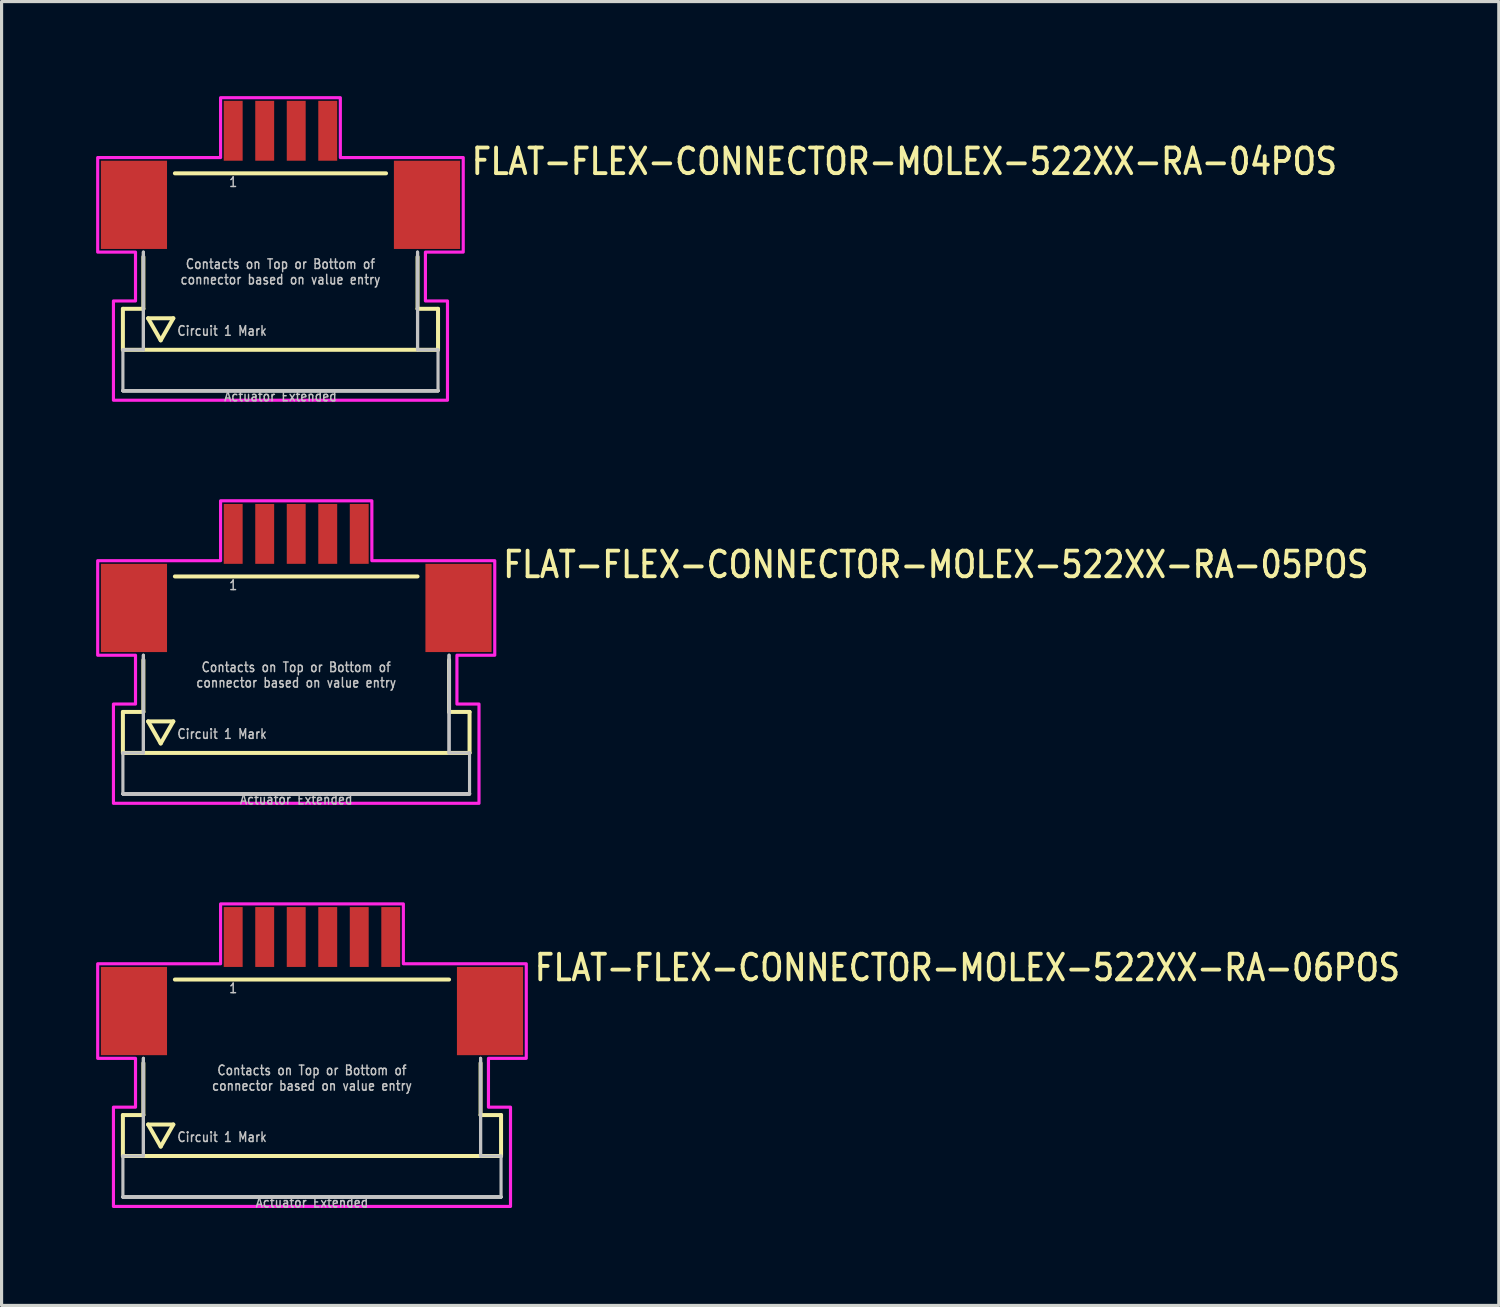
<source format=kicad_pcb>
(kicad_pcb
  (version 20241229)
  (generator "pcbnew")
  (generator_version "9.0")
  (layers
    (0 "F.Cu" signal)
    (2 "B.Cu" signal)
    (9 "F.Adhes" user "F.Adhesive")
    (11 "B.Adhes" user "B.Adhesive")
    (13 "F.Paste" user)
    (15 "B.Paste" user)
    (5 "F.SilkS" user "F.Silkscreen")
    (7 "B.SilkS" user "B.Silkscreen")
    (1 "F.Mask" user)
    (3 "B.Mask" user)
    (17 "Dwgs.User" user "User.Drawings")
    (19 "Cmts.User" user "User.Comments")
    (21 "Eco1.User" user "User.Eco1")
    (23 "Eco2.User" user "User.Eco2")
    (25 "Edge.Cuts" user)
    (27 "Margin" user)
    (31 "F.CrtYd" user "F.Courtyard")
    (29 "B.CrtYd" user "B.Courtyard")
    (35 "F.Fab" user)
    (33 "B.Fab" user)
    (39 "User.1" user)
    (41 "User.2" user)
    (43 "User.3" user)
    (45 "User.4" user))
  (footprint "FLAT-FLEX-CONNECTOR-MOLEX-522XX-RA-06POS"
    (layer "F.Cu")
    (at 6.85 27.634)
    (property "Reference" "FLAT-FLEX-CONNECTOR-MOLEX-522XX-RA-06POS" (at 7 0.5 0) (unlocked yes) (layer "F.SilkS") (effects (font (size 0.813 0.695) (thickness 0.122)) (justify left bottom)))
    (fp_line (start -6 4.7) (end -6 6) (stroke (width 0.127) (type solid)) (layer "F.SilkS"))
    (fp_line (start -6 6) (end 6 6) (stroke (width 0.127) (type solid)) (layer "F.SilkS"))
    (fp_line (start -5.35 3.05) (end -5.35 4.7) (stroke (width 0.127) (type solid)) (layer "F.SilkS"))
    (fp_line (start -5.35 4.7) (end -6 4.7) (stroke (width 0.127) (type solid)) (layer "F.SilkS"))
    (fp_line (start -5.2 5) (end -4.4 5) (stroke (width 0.127) (type solid)) (layer "F.SilkS"))
    (fp_line (start -4.8 5.7) (end -5.2 5) (stroke (width 0.127) (type solid)) (layer "F.SilkS"))
    (fp_line (start -4.4 5) (end -4.8 5.7) (stroke (width 0.127) (type solid)) (layer "F.SilkS"))
    (fp_line (start -4.35 0.4) (end 4.35 0.4) (stroke (width 0.127) (type solid)) (layer "F.SilkS"))
    (fp_line (start 5.35 3.05) (end 5.35 4.7) (stroke (width 0.127) (type solid)) (layer "F.SilkS"))
    (fp_line (start 6 4.7) (end 5.35 4.7) (stroke (width 0.127) (type solid)) (layer "F.SilkS"))
    (fp_line (start 6 6) (end 6 4.7) (stroke (width 0.127) (type solid)) (layer "F.SilkS"))
    (fp_line (start -6 6) (end -6 7.3) (stroke (width 0.1) (type solid)) (layer "Dwgs.User"))
    (fp_line (start -6 7.3) (end 6 7.3) (stroke (width 0.1) (type solid)) (layer "Dwgs.User"))
    (fp_line (start -6 7.3) (end 6 7.3) (stroke (width 0.1) (type solid)) (layer "Dwgs.User"))
    (fp_line (start -6 7.3) (end 6 7.3) (stroke (width 0.1) (type solid)) (layer "Dwgs.User"))
    (fp_line (start -6 7.3) (end 6 7.3) (stroke (width 0.1) (type solid)) (layer "Dwgs.User"))
    (fp_line (start -6 7.3) (end 6 7.3) (stroke (width 0.1) (type solid)) (layer "Dwgs.User"))
    (fp_line (start -6 7.3) (end 6 7.3) (stroke (width 0.1) (type solid)) (layer "Dwgs.User"))
    (fp_line (start -5.35 2.9) (end -5.35 6) (stroke (width 0.1) (type solid)) (layer "Dwgs.User"))
    (fp_line (start -5.35 2.9) (end -5.35 6) (stroke (width 0.1) (type solid)) (layer "Dwgs.User"))
    (fp_line (start -5.35 6) (end -6 6) (stroke (width 0.1) (type solid)) (layer "Dwgs.User"))
    (fp_line (start 5.35 2.9) (end 5.35 6) (stroke (width 0.1) (type solid)) (layer "Dwgs.User"))
    (fp_line (start 5.35 2.9) (end 5.35 6) (stroke (width 0.1) (type solid)) (layer "Dwgs.User"))
    (fp_line (start 6 6) (end 5.35 6) (stroke (width 0.1) (type solid)) (layer "Dwgs.User"))
    (fp_line (start 6 7.3) (end 6 6) (stroke (width 0.1) (type solid)) (layer "Dwgs.User"))
    (fp_poly (pts (xy -6.8 2.9) (xy -6.8 -0.1) (xy -2.9 -0.1) (xy -2.9 -2) (xy 2.9 -2) (xy 2.9 -0.1) (xy 6.8 -0.1) (xy 6.8 2.9) (xy 5.6 2.9) (xy 5.6 4.45) (xy 6.3 4.45) (xy 6.3 7.6) (xy -6.3 7.6) (xy -6.3 4.45) (xy -5.6 4.45) (xy -5.6 2.9)) (stroke (width 0.1) (type solid)) (fill no) (layer "F.CrtYd"))
    (fp_text user "Actuator Extended" (at 0 7.3 0) (unlocked yes) (layer "Dwgs.User") (effects (font (size 0.305 0.261) (thickness 0.046)) (justify top)))
    (fp_text user "1" (at -2.5 0.5 0) (unlocked yes) (layer "Dwgs.User") (effects (font (size 0.305 0.261) (thickness 0.046)) (justify top)))
    (fp_text user "Contacts on Top or Bottom of\nconnector based on value entry" (at 0 3.95 0) (unlocked yes) (layer "Dwgs.User") (effects (font (size 0.305 0.261) (thickness 0.046)) (justify bottom)))
    (fp_text user "Circuit 1 Mark" (at -4.3 5.4 0) (unlocked yes) (layer "Dwgs.User") (effects (font (size 0.305 0.261) (thickness 0.046)) (justify left)))
    (pad "1" smd rect (at -2.5 -0.95) (size 0.6 1.9) (layers "F.Cu" "F.Mask" "F.Paste"))
    (pad "2" smd rect (at -1.5 -0.95) (size 0.6 1.9) (layers "F.Cu" "F.Mask" "F.Paste"))
    (pad "3" smd rect (at -0.5 -0.95) (size 0.6 1.9) (layers "F.Cu" "F.Mask" "F.Paste"))
    (pad "4" smd rect (at 0.5 -0.95) (size 0.6 1.9) (layers "F.Cu" "F.Mask" "F.Paste"))
    (pad "5" smd rect (at 1.5 -0.95) (size 0.6 1.9) (layers "F.Cu" "F.Mask" "F.Paste"))
    (pad "6" smd rect (at 2.5 -0.95) (size 0.6 1.9) (layers "F.Cu" "F.Mask" "F.Paste"))
    (pad "M1" smd rect (at -5.65 1.4) (size 2.1 2.8) (layers "F.Cu" "F.Mask" "F.Paste"))
    (pad "M2" smd rect (at 5.65 1.4) (size 2.1 2.8) (layers "F.Cu" "F.Mask" "F.Paste")))
  (footprint "FLAT-FLEX-CONNECTOR-MOLEX-522XX-RA-05POS"
    (layer "F.Cu")
    (at 6.35 14.842)
    (property "Reference" "FLAT-FLEX-CONNECTOR-MOLEX-522XX-RA-05POS" (at 6.5 0.5 0) (unlocked yes) (layer "F.SilkS") (effects (font (size 0.813 0.695) (thickness 0.122)) (justify left bottom)))
    (fp_line (start -5.5 4.7) (end -5.5 6) (stroke (width 0.127) (type solid)) (layer "F.SilkS"))
    (fp_line (start -5.5 6) (end 5.5 6) (stroke (width 0.127) (type solid)) (layer "F.SilkS"))
    (fp_line (start -4.85 3.05) (end -4.85 4.7) (stroke (width 0.127) (type solid)) (layer "F.SilkS"))
    (fp_line (start -4.85 4.7) (end -5.5 4.7) (stroke (width 0.127) (type solid)) (layer "F.SilkS"))
    (fp_line (start -4.7 5) (end -3.9 5) (stroke (width 0.127) (type solid)) (layer "F.SilkS"))
    (fp_line (start -4.3 5.7) (end -4.7 5) (stroke (width 0.127) (type solid)) (layer "F.SilkS"))
    (fp_line (start -3.9 5) (end -4.3 5.7) (stroke (width 0.127) (type solid)) (layer "F.SilkS"))
    (fp_line (start -3.85 0.4) (end 3.85 0.4) (stroke (width 0.127) (type solid)) (layer "F.SilkS"))
    (fp_line (start 4.85 3.05) (end 4.85 4.7) (stroke (width 0.127) (type solid)) (layer "F.SilkS"))
    (fp_line (start 5.5 4.7) (end 4.85 4.7) (stroke (width 0.127) (type solid)) (layer "F.SilkS"))
    (fp_line (start 5.5 6) (end 5.5 4.7) (stroke (width 0.127) (type solid)) (layer "F.SilkS"))
    (fp_line (start -5.5 6) (end -5.5 7.3) (stroke (width 0.1) (type solid)) (layer "Dwgs.User"))
    (fp_line (start -5.5 7.3) (end 5.5 7.3) (stroke (width 0.1) (type solid)) (layer "Dwgs.User"))
    (fp_line (start -5.5 7.3) (end 5.5 7.3) (stroke (width 0.1) (type solid)) (layer "Dwgs.User"))
    (fp_line (start -5.5 7.3) (end 5.5 7.3) (stroke (width 0.1) (type solid)) (layer "Dwgs.User"))
    (fp_line (start -5.5 7.3) (end 5.5 7.3) (stroke (width 0.1) (type solid)) (layer "Dwgs.User"))
    (fp_line (start -5.5 7.3) (end 5.5 7.3) (stroke (width 0.1) (type solid)) (layer "Dwgs.User"))
    (fp_line (start -5.5 7.3) (end 5.5 7.3) (stroke (width 0.1) (type solid)) (layer "Dwgs.User"))
    (fp_line (start -4.85 2.9) (end -4.85 6) (stroke (width 0.1) (type solid)) (layer "Dwgs.User"))
    (fp_line (start -4.85 2.9) (end -4.85 6) (stroke (width 0.1) (type solid)) (layer "Dwgs.User"))
    (fp_line (start -4.85 6) (end -5.5 6) (stroke (width 0.1) (type solid)) (layer "Dwgs.User"))
    (fp_line (start 4.85 2.9) (end 4.85 6) (stroke (width 0.1) (type solid)) (layer "Dwgs.User"))
    (fp_line (start 4.85 2.9) (end 4.85 6) (stroke (width 0.1) (type solid)) (layer "Dwgs.User"))
    (fp_line (start 5.5 6) (end 4.85 6) (stroke (width 0.1) (type solid)) (layer "Dwgs.User"))
    (fp_line (start 5.5 7.3) (end 5.5 6) (stroke (width 0.1) (type solid)) (layer "Dwgs.User"))
    (fp_poly (pts (xy -6.3 2.9) (xy -6.3 -0.1) (xy -2.4 -0.1) (xy -2.4 -2) (xy 2.4 -2) (xy 2.4 -0.1) (xy 6.3 -0.1) (xy 6.3 2.9) (xy 5.1 2.9) (xy 5.1 4.45) (xy 5.8 4.45) (xy 5.8 7.6) (xy -5.8 7.6) (xy -5.8 4.45) (xy -5.1 4.45) (xy -5.1 2.9)) (stroke (width 0.1) (type solid)) (fill no) (layer "F.CrtYd"))
    (fp_text user "1" (at -2 0.5 0) (unlocked yes) (layer "Dwgs.User") (effects (font (size 0.305 0.261) (thickness 0.046)) (justify top)))
    (fp_text user "Contacts on Top or Bottom of\nconnector based on value entry" (at 0 3.95 0) (unlocked yes) (layer "Dwgs.User") (effects (font (size 0.305 0.261) (thickness 0.046)) (justify bottom)))
    (fp_text user "Circuit 1 Mark" (at -3.8 5.4 0) (unlocked yes) (layer "Dwgs.User") (effects (font (size 0.305 0.261) (thickness 0.046)) (justify left)))
    (fp_text user "Actuator Extended" (at 0 7.3 0) (unlocked yes) (layer "Dwgs.User") (effects (font (size 0.305 0.261) (thickness 0.046)) (justify top)))
    (pad "1" smd rect (at -2 -0.95) (size 0.6 1.9) (layers "F.Cu" "F.Mask" "F.Paste"))
    (pad "2" smd rect (at -1 -0.95) (size 0.6 1.9) (layers "F.Cu" "F.Mask" "F.Paste"))
    (pad "3" smd rect (at 0 -0.95) (size 0.6 1.9) (layers "F.Cu" "F.Mask" "F.Paste"))
    (pad "4" smd rect (at 1 -0.95) (size 0.6 1.9) (layers "F.Cu" "F.Mask" "F.Paste"))
    (pad "5" smd rect (at 2 -0.95) (size 0.6 1.9) (layers "F.Cu" "F.Mask" "F.Paste"))
    (pad "M1" smd rect (at -5.15 1.4) (size 2.1 2.8) (layers "F.Cu" "F.Mask" "F.Paste"))
    (pad "M2" smd rect (at 5.15 1.4) (size 2.1 2.8) (layers "F.Cu" "F.Mask" "F.Paste")))
  (footprint "FLAT-FLEX-CONNECTOR-MOLEX-522XX-RA-04POS"
    (layer "F.Cu")
    (at 5.85 2.05)
    (property "Reference" "FLAT-FLEX-CONNECTOR-MOLEX-522XX-RA-04POS" (at 6 0.5 0) (unlocked yes) (layer "F.SilkS") (effects (font (size 0.813 0.695) (thickness 0.122)) (justify left bottom)))
    (fp_line (start -5 4.7) (end -5 6) (stroke (width 0.127) (type solid)) (layer "F.SilkS"))
    (fp_line (start -5 6) (end 5 6) (stroke (width 0.127) (type solid)) (layer "F.SilkS"))
    (fp_line (start -4.35 3.05) (end -4.35 4.7) (stroke (width 0.127) (type solid)) (layer "F.SilkS"))
    (fp_line (start -4.35 4.7) (end -5 4.7) (stroke (width 0.127) (type solid)) (layer "F.SilkS"))
    (fp_line (start -4.2 5) (end -3.4 5) (stroke (width 0.127) (type solid)) (layer "F.SilkS"))
    (fp_line (start -3.8 5.7) (end -4.2 5) (stroke (width 0.127) (type solid)) (layer "F.SilkS"))
    (fp_line (start -3.4 5) (end -3.8 5.7) (stroke (width 0.127) (type solid)) (layer "F.SilkS"))
    (fp_line (start -3.35 0.4) (end 3.35 0.4) (stroke (width 0.127) (type solid)) (layer "F.SilkS"))
    (fp_line (start 4.35 3.05) (end 4.35 4.7) (stroke (width 0.127) (type solid)) (layer "F.SilkS"))
    (fp_line (start 5 4.7) (end 4.35 4.7) (stroke (width 0.127) (type solid)) (layer "F.SilkS"))
    (fp_line (start 5 6) (end 5 4.7) (stroke (width 0.127) (type solid)) (layer "F.SilkS"))
    (fp_line (start -5 6) (end -5 7.3) (stroke (width 0.1) (type solid)) (layer "Dwgs.User"))
    (fp_line (start -5 7.3) (end 5 7.3) (stroke (width 0.1) (type solid)) (layer "Dwgs.User"))
    (fp_line (start -5 7.3) (end 5 7.3) (stroke (width 0.1) (type solid)) (layer "Dwgs.User"))
    (fp_line (start -5 7.3) (end 5 7.3) (stroke (width 0.1) (type solid)) (layer "Dwgs.User"))
    (fp_line (start -5 7.3) (end 5 7.3) (stroke (width 0.1) (type solid)) (layer "Dwgs.User"))
    (fp_line (start -5 7.3) (end 5 7.3) (stroke (width 0.1) (type solid)) (layer "Dwgs.User"))
    (fp_line (start -4.35 2.9) (end -4.35 6) (stroke (width 0.1) (type solid)) (layer "Dwgs.User"))
    (fp_line (start -4.35 2.9) (end -4.35 6) (stroke (width 0.1) (type solid)) (layer "Dwgs.User"))
    (fp_line (start -4.35 6) (end -5 6) (stroke (width 0.1) (type solid)) (layer "Dwgs.User"))
    (fp_line (start 4.35 2.9) (end 4.35 6) (stroke (width 0.1) (type solid)) (layer "Dwgs.User"))
    (fp_line (start 4.35 2.9) (end 4.35 6) (stroke (width 0.1) (type solid)) (layer "Dwgs.User"))
    (fp_line (start 5 6) (end 4.35 6) (stroke (width 0.1) (type solid)) (layer "Dwgs.User"))
    (fp_line (start 5 7.3) (end 5 6) (stroke (width 0.1) (type solid)) (layer "Dwgs.User"))
    (fp_poly (pts (xy -5.8 2.9) (xy -5.8 -0.1) (xy -1.9 -0.1) (xy -1.9 -2) (xy 1.9 -2) (xy 1.9 -0.1) (xy 5.8 -0.1) (xy 5.8 2.9) (xy 4.6 2.9) (xy 4.6 4.45) (xy 5.3 4.45) (xy 5.3 7.6) (xy -5.3 7.6) (xy -5.3 4.45) (xy -4.6 4.45) (xy -4.6 2.9)) (stroke (width 0.1) (type solid)) (fill no) (layer "F.CrtYd"))
    (fp_text user "Actuator Extended" (at 0 7.3 0) (unlocked yes) (layer "Dwgs.User") (effects (font (size 0.305 0.261) (thickness 0.046)) (justify top)))
    (fp_text user "1" (at -1.5 0.5 0) (unlocked yes) (layer "Dwgs.User") (effects (font (size 0.305 0.261) (thickness 0.046)) (justify top)))
    (fp_text user "Contacts on Top or Bottom of\nconnector based on value entry" (at 0 3.95 0) (unlocked yes) (layer "Dwgs.User") (effects (font (size 0.305 0.261) (thickness 0.046)) (justify bottom)))
    (fp_text user "Circuit 1 Mark" (at -3.3 5.4 0) (unlocked yes) (layer "Dwgs.User") (effects (font (size 0.305 0.261) (thickness 0.046)) (justify left)))
    (pad "1" smd rect (at -1.5 -0.95) (size 0.6 1.9) (layers "F.Cu" "F.Mask" "F.Paste"))
    (pad "2" smd rect (at -0.5 -0.95) (size 0.6 1.9) (layers "F.Cu" "F.Mask" "F.Paste"))
    (pad "3" smd rect (at 0.5 -0.95) (size 0.6 1.9) (layers "F.Cu" "F.Mask" "F.Paste"))
    (pad "4" smd rect (at 1.5 -0.95) (size 0.6 1.9) (layers "F.Cu" "F.Mask" "F.Paste"))
    (pad "M1" smd rect (at -4.65 1.4) (size 2.1 2.8) (layers "F.Cu" "F.Mask" "F.Paste"))
    (pad "M2" smd rect (at 4.65 1.4) (size 2.1 2.8) (layers "F.Cu" "F.Mask" "F.Paste")))
  (gr_rect
    (start -3 -3)
    (end 44.511 38.376)
    (stroke (width 0.1) (type default))
    (fill no)
    (layer "Edge.Cuts")))
</source>
